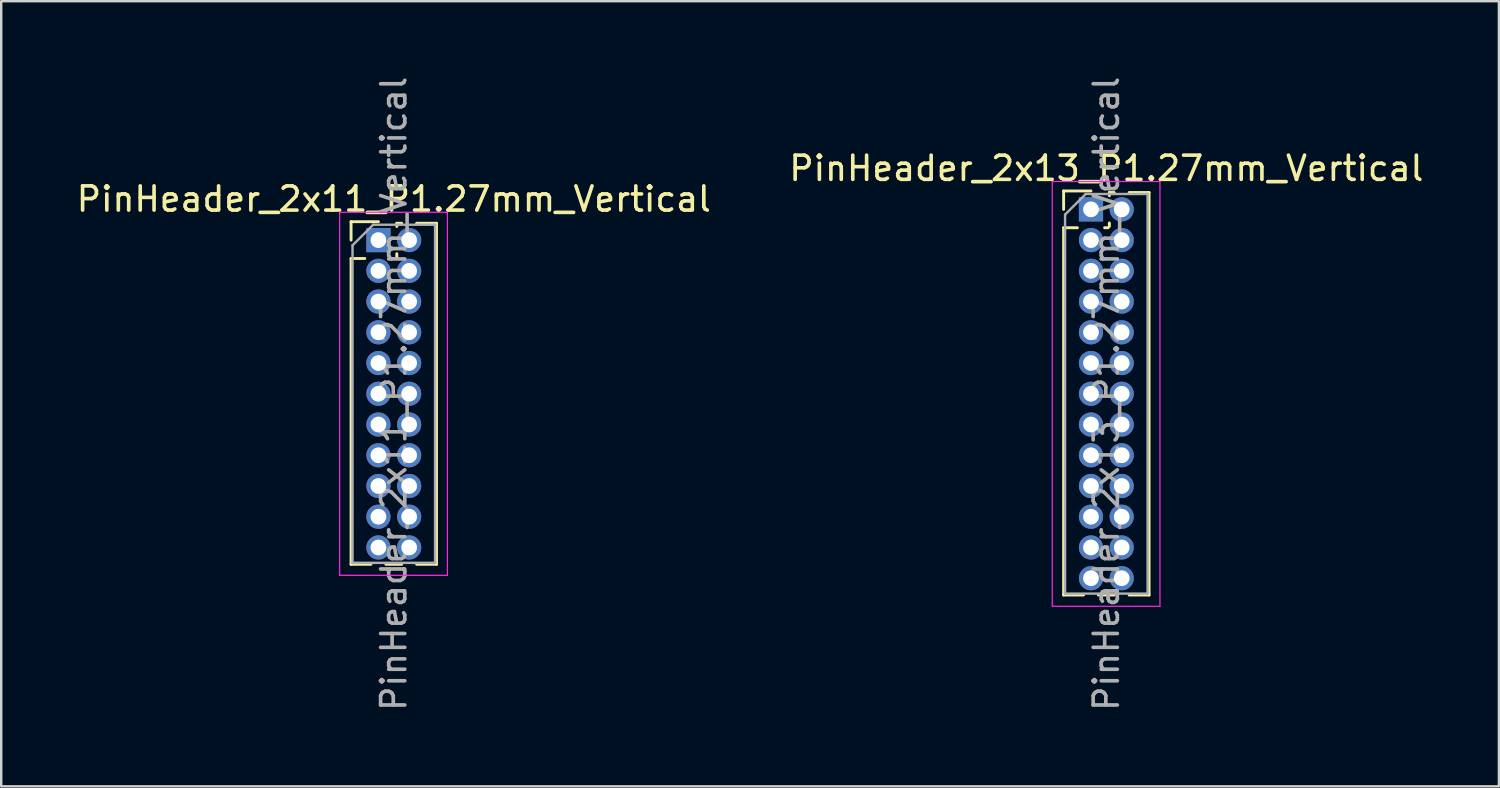
<source format=kicad_pcb>
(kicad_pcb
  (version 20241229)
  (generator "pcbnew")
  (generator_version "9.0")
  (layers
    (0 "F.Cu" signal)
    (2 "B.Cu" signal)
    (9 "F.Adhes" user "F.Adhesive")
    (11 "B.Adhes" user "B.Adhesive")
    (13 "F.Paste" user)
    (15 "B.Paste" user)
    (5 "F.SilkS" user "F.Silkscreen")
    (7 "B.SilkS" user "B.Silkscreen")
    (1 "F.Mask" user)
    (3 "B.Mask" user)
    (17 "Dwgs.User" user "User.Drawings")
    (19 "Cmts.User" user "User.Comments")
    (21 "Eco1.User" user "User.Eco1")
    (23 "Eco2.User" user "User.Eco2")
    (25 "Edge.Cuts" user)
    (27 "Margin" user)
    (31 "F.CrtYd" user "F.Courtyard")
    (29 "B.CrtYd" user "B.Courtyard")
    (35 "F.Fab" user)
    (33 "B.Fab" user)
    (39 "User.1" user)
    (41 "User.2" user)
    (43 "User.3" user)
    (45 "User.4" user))
  (footprint "PinHeader_2x13_P1.27mm_Vertical"
    (layer "F.Cu")
    (at 42.026 5.6)
    (property "Reference" "PinHeader_2x13_P1.27mm_Vertical" (at 0.635 -1.695 0) (layer "F.SilkS") (effects (font (size 1 1) (thickness 0.15))))
    (attr through_hole)
    (fp_line (start -1.13 -0.76) (end 0 -0.76) (stroke (width 0.12) (type solid)) (layer "F.SilkS"))
    (fp_line (start -1.13 0) (end -1.13 -0.76) (stroke (width 0.12) (type solid)) (layer "F.SilkS"))
    (fp_line (start -1.13 0.76) (end -1.13 15.935) (stroke (width 0.12) (type solid)) (layer "F.SilkS"))
    (fp_line (start -1.13 0.76) (end -0.563 0.76) (stroke (width 0.12) (type solid)) (layer "F.SilkS"))
    (fp_line (start -1.13 15.935) (end -0.308 15.935) (stroke (width 0.12) (type solid)) (layer "F.SilkS"))
    (fp_line (start 0.308 15.935) (end 0.962 15.935) (stroke (width 0.12) (type solid)) (layer "F.SilkS"))
    (fp_line (start 0.563 0.76) (end 0.707 0.76) (stroke (width 0.12) (type solid)) (layer "F.SilkS"))
    (fp_line (start 0.76 -0.695) (end 0.962 -0.695) (stroke (width 0.12) (type solid)) (layer "F.SilkS"))
    (fp_line (start 0.76 -0.563) (end 0.76 -0.695) (stroke (width 0.12) (type solid)) (layer "F.SilkS"))
    (fp_line (start 0.76 0.707) (end 0.76 0.563) (stroke (width 0.12) (type solid)) (layer "F.SilkS"))
    (fp_line (start 1.578 -0.695) (end 2.4 -0.695) (stroke (width 0.12) (type solid)) (layer "F.SilkS"))
    (fp_line (start 1.578 15.935) (end 2.4 15.935) (stroke (width 0.12) (type solid)) (layer "F.SilkS"))
    (fp_line (start 2.4 -0.695) (end 2.4 15.935) (stroke (width 0.12) (type solid)) (layer "F.SilkS"))
    (fp_line (start -1.6 -1.15) (end -1.6 16.4) (stroke (width 0.05) (type solid)) (layer "F.CrtYd"))
    (fp_line (start -1.6 16.4) (end 2.85 16.4) (stroke (width 0.05) (type solid)) (layer "F.CrtYd"))
    (fp_line (start 2.85 -1.15) (end -1.6 -1.15) (stroke (width 0.05) (type solid)) (layer "F.CrtYd"))
    (fp_line (start 2.85 16.4) (end 2.85 -1.15) (stroke (width 0.05) (type solid)) (layer "F.CrtYd"))
    (fp_line (start -1.07 0.217) (end -0.217 -0.635) (stroke (width 0.1) (type solid)) (layer "F.Fab"))
    (fp_line (start -1.07 15.875) (end -1.07 0.217) (stroke (width 0.1) (type solid)) (layer "F.Fab"))
    (fp_line (start -0.217 -0.635) (end 2.34 -0.635) (stroke (width 0.1) (type solid)) (layer "F.Fab"))
    (fp_line (start 2.34 -0.635) (end 2.34 15.875) (stroke (width 0.1) (type solid)) (layer "F.Fab"))
    (fp_line (start 2.34 15.875) (end -1.07 15.875) (stroke (width 0.1) (type solid)) (layer "F.Fab"))
    (fp_text user "${REFERENCE}" (at 0.635 7.62 90) (layer "F.Fab") (effects (font (size 1 1) (thickness 0.15))))
    (pad "1" thru_hole rect (at 0 0) (size 1 1) (drill 0.65) (layers "*.Cu" "*.Mask"))
    (pad "2" thru_hole oval (at 1.27 0) (size 1 1) (drill 0.65) (layers "*.Cu" "*.Mask"))
    (pad "3" thru_hole oval (at 0 1.27) (size 1 1) (drill 0.65) (layers "*.Cu" "*.Mask"))
    (pad "4" thru_hole oval (at 1.27 1.27) (size 1 1) (drill 0.65) (layers "*.Cu" "*.Mask"))
    (pad "5" thru_hole oval (at 0 2.54) (size 1 1) (drill 0.65) (layers "*.Cu" "*.Mask"))
    (pad "6" thru_hole oval (at 1.27 2.54) (size 1 1) (drill 0.65) (layers "*.Cu" "*.Mask"))
    (pad "7" thru_hole oval (at 0 3.81) (size 1 1) (drill 0.65) (layers "*.Cu" "*.Mask"))
    (pad "8" thru_hole oval (at 1.27 3.81) (size 1 1) (drill 0.65) (layers "*.Cu" "*.Mask"))
    (pad "9" thru_hole oval (at 0 5.08) (size 1 1) (drill 0.65) (layers "*.Cu" "*.Mask"))
    (pad "10" thru_hole oval (at 1.27 5.08) (size 1 1) (drill 0.65) (layers "*.Cu" "*.Mask"))
    (pad "11" thru_hole oval (at 0 6.35) (size 1 1) (drill 0.65) (layers "*.Cu" "*.Mask"))
    (pad "12" thru_hole oval (at 1.27 6.35) (size 1 1) (drill 0.65) (layers "*.Cu" "*.Mask"))
    (pad "13" thru_hole oval (at 0 7.62) (size 1 1) (drill 0.65) (layers "*.Cu" "*.Mask"))
    (pad "14" thru_hole oval (at 1.27 7.62) (size 1 1) (drill 0.65) (layers "*.Cu" "*.Mask"))
    (pad "15" thru_hole oval (at 0 8.89) (size 1 1) (drill 0.65) (layers "*.Cu" "*.Mask"))
    (pad "16" thru_hole oval (at 1.27 8.89) (size 1 1) (drill 0.65) (layers "*.Cu" "*.Mask"))
    (pad "17" thru_hole oval (at 0 10.16) (size 1 1) (drill 0.65) (layers "*.Cu" "*.Mask"))
    (pad "18" thru_hole oval (at 1.27 10.16) (size 1 1) (drill 0.65) (layers "*.Cu" "*.Mask"))
    (pad "19" thru_hole oval (at 0 11.43) (size 1 1) (drill 0.65) (layers "*.Cu" "*.Mask"))
    (pad "20" thru_hole oval (at 1.27 11.43) (size 1 1) (drill 0.65) (layers "*.Cu" "*.Mask"))
    (pad "21" thru_hole oval (at 0 12.7) (size 1 1) (drill 0.65) (layers "*.Cu" "*.Mask"))
    (pad "22" thru_hole oval (at 1.27 12.7) (size 1 1) (drill 0.65) (layers "*.Cu" "*.Mask"))
    (pad "23" thru_hole oval (at 0 13.97) (size 1 1) (drill 0.65) (layers "*.Cu" "*.Mask"))
    (pad "24" thru_hole oval (at 1.27 13.97) (size 1 1) (drill 0.65) (layers "*.Cu" "*.Mask"))
    (pad "25" thru_hole oval (at 0 15.24) (size 1 1) (drill 0.65) (layers "*.Cu" "*.Mask"))
    (pad "26" thru_hole oval (at 1.27 15.24) (size 1 1) (drill 0.65) (layers "*.Cu" "*.Mask")))
  (footprint "PinHeader_2x11_P1.27mm_Vertical"
    (layer "F.Cu")
    (at 12.585 6.87)
    (property "Reference" "PinHeader_2x11_P1.27mm_Vertical" (at 0.635 -1.695 0) (layer "F.SilkS") (effects (font (size 1 1) (thickness 0.15))))
    (attr through_hole)
    (fp_line (start -1.13 -0.76) (end 0 -0.76) (stroke (width 0.12) (type solid)) (layer "F.SilkS"))
    (fp_line (start -1.13 0) (end -1.13 -0.76) (stroke (width 0.12) (type solid)) (layer "F.SilkS"))
    (fp_line (start -1.13 0.76) (end -1.13 13.395) (stroke (width 0.12) (type solid)) (layer "F.SilkS"))
    (fp_line (start -1.13 0.76) (end -0.563 0.76) (stroke (width 0.12) (type solid)) (layer "F.SilkS"))
    (fp_line (start -1.13 13.395) (end -0.308 13.395) (stroke (width 0.12) (type solid)) (layer "F.SilkS"))
    (fp_line (start 0.308 13.395) (end 0.962 13.395) (stroke (width 0.12) (type solid)) (layer "F.SilkS"))
    (fp_line (start 0.563 0.76) (end 0.707 0.76) (stroke (width 0.12) (type solid)) (layer "F.SilkS"))
    (fp_line (start 0.76 -0.695) (end 0.962 -0.695) (stroke (width 0.12) (type solid)) (layer "F.SilkS"))
    (fp_line (start 0.76 -0.563) (end 0.76 -0.695) (stroke (width 0.12) (type solid)) (layer "F.SilkS"))
    (fp_line (start 0.76 0.707) (end 0.76 0.563) (stroke (width 0.12) (type solid)) (layer "F.SilkS"))
    (fp_line (start 1.578 -0.695) (end 2.4 -0.695) (stroke (width 0.12) (type solid)) (layer "F.SilkS"))
    (fp_line (start 1.578 13.395) (end 2.4 13.395) (stroke (width 0.12) (type solid)) (layer "F.SilkS"))
    (fp_line (start 2.4 -0.695) (end 2.4 13.395) (stroke (width 0.12) (type solid)) (layer "F.SilkS"))
    (fp_line (start -1.6 -1.15) (end -1.6 13.85) (stroke (width 0.05) (type solid)) (layer "F.CrtYd"))
    (fp_line (start -1.6 13.85) (end 2.85 13.85) (stroke (width 0.05) (type solid)) (layer "F.CrtYd"))
    (fp_line (start 2.85 -1.15) (end -1.6 -1.15) (stroke (width 0.05) (type solid)) (layer "F.CrtYd"))
    (fp_line (start 2.85 13.85) (end 2.85 -1.15) (stroke (width 0.05) (type solid)) (layer "F.CrtYd"))
    (fp_line (start -1.07 0.217) (end -0.217 -0.635) (stroke (width 0.1) (type solid)) (layer "F.Fab"))
    (fp_line (start -1.07 13.335) (end -1.07 0.217) (stroke (width 0.1) (type solid)) (layer "F.Fab"))
    (fp_line (start -0.217 -0.635) (end 2.34 -0.635) (stroke (width 0.1) (type solid)) (layer "F.Fab"))
    (fp_line (start 2.34 -0.635) (end 2.34 13.335) (stroke (width 0.1) (type solid)) (layer "F.Fab"))
    (fp_line (start 2.34 13.335) (end -1.07 13.335) (stroke (width 0.1) (type solid)) (layer "F.Fab"))
    (fp_text user "${REFERENCE}" (at 0.635 6.35 90) (layer "F.Fab") (effects (font (size 1 1) (thickness 0.15))))
    (pad "1" thru_hole rect (at 0 0) (size 1 1) (drill 0.65) (layers "*.Cu" "*.Mask"))
    (pad "2" thru_hole oval (at 1.27 0) (size 1 1) (drill 0.65) (layers "*.Cu" "*.Mask"))
    (pad "3" thru_hole oval (at 0 1.27) (size 1 1) (drill 0.65) (layers "*.Cu" "*.Mask"))
    (pad "4" thru_hole oval (at 1.27 1.27) (size 1 1) (drill 0.65) (layers "*.Cu" "*.Mask"))
    (pad "5" thru_hole oval (at 0 2.54) (size 1 1) (drill 0.65) (layers "*.Cu" "*.Mask"))
    (pad "6" thru_hole oval (at 1.27 2.54) (size 1 1) (drill 0.65) (layers "*.Cu" "*.Mask"))
    (pad "7" thru_hole oval (at 0 3.81) (size 1 1) (drill 0.65) (layers "*.Cu" "*.Mask"))
    (pad "8" thru_hole oval (at 1.27 3.81) (size 1 1) (drill 0.65) (layers "*.Cu" "*.Mask"))
    (pad "9" thru_hole oval (at 0 5.08) (size 1 1) (drill 0.65) (layers "*.Cu" "*.Mask"))
    (pad "10" thru_hole oval (at 1.27 5.08) (size 1 1) (drill 0.65) (layers "*.Cu" "*.Mask"))
    (pad "11" thru_hole oval (at 0 6.35) (size 1 1) (drill 0.65) (layers "*.Cu" "*.Mask"))
    (pad "12" thru_hole oval (at 1.27 6.35) (size 1 1) (drill 0.65) (layers "*.Cu" "*.Mask"))
    (pad "13" thru_hole oval (at 0 7.62) (size 1 1) (drill 0.65) (layers "*.Cu" "*.Mask"))
    (pad "14" thru_hole oval (at 1.27 7.62) (size 1 1) (drill 0.65) (layers "*.Cu" "*.Mask"))
    (pad "15" thru_hole oval (at 0 8.89) (size 1 1) (drill 0.65) (layers "*.Cu" "*.Mask"))
    (pad "16" thru_hole oval (at 1.27 8.89) (size 1 1) (drill 0.65) (layers "*.Cu" "*.Mask"))
    (pad "17" thru_hole oval (at 0 10.16) (size 1 1) (drill 0.65) (layers "*.Cu" "*.Mask"))
    (pad "18" thru_hole oval (at 1.27 10.16) (size 1 1) (drill 0.65) (layers "*.Cu" "*.Mask"))
    (pad "19" thru_hole oval (at 0 11.43) (size 1 1) (drill 0.65) (layers "*.Cu" "*.Mask"))
    (pad "20" thru_hole oval (at 1.27 11.43) (size 1 1) (drill 0.65) (layers "*.Cu" "*.Mask"))
    (pad "21" thru_hole oval (at 0 12.7) (size 1 1) (drill 0.65) (layers "*.Cu" "*.Mask"))
    (pad "22" thru_hole oval (at 1.27 12.7) (size 1 1) (drill 0.65) (layers "*.Cu" "*.Mask")))
  (gr_rect
    (start -3 -3)
    (end 58.881 29.44)
    (stroke (width 0.1) (type default))
    (fill no)
    (layer "Edge.Cuts")))
</source>
